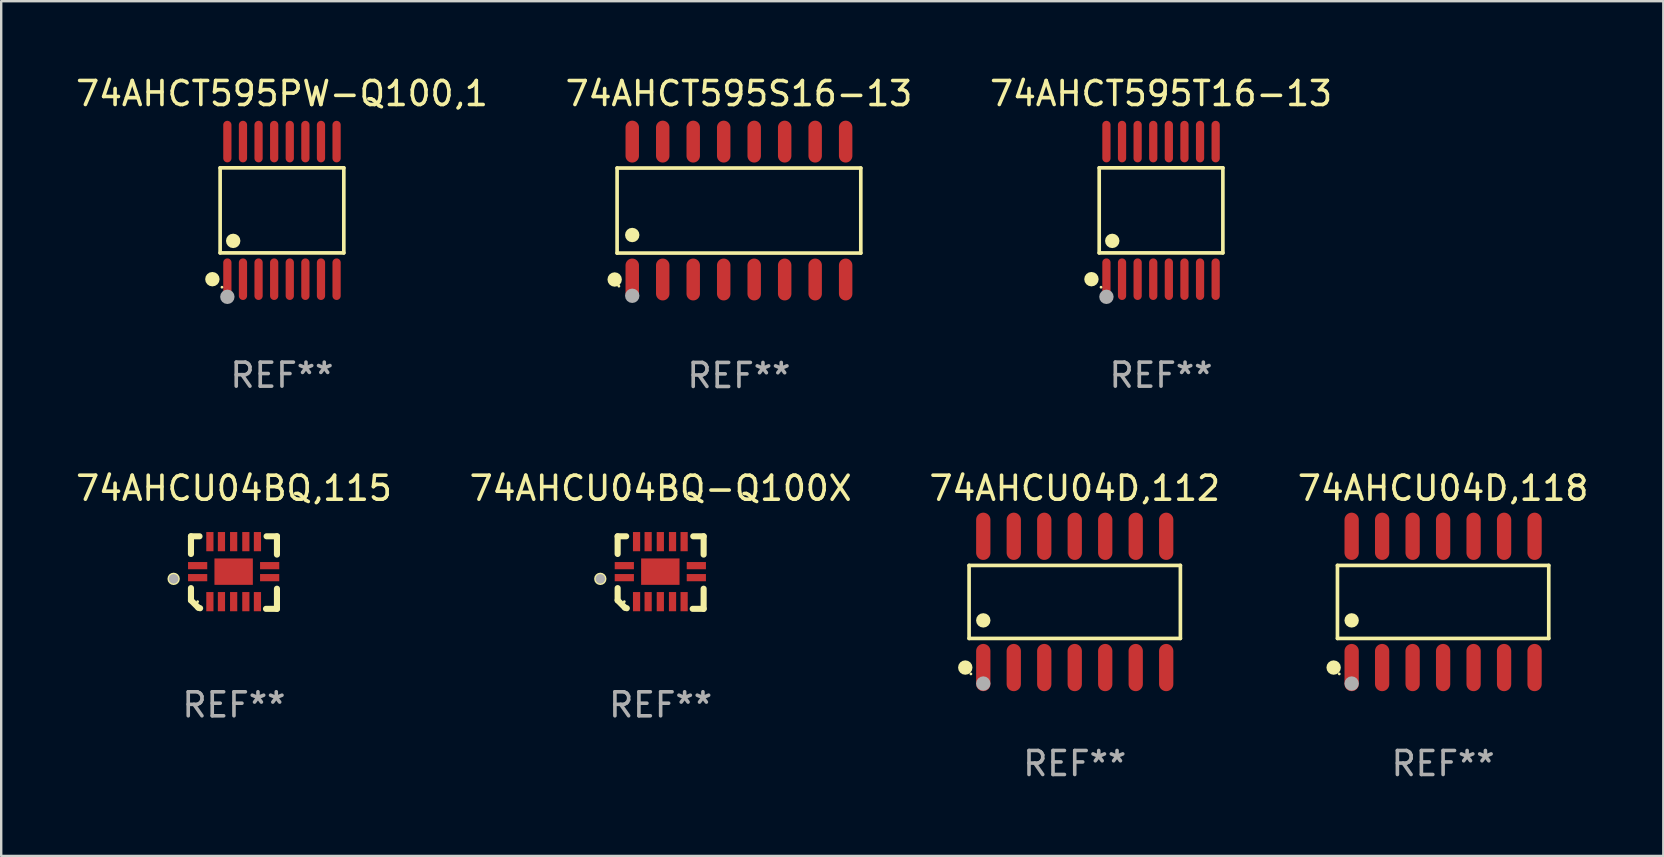
<source format=kicad_pcb>
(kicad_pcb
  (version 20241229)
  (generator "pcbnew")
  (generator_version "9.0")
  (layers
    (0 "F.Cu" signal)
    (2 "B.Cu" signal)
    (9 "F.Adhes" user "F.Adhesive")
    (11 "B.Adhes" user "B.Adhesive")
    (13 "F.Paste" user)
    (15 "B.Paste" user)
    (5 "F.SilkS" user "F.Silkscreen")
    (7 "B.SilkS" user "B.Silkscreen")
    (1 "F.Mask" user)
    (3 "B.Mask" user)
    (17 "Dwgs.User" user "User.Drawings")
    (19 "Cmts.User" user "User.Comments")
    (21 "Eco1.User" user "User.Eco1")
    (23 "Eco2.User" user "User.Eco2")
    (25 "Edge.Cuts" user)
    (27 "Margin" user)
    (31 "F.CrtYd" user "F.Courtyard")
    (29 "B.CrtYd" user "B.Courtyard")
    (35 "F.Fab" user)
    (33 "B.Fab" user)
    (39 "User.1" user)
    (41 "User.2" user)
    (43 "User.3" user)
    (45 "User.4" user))
  (footprint "74AHCU04D,112"
    (layer "F.Cu")
    (at 41.72 22.024)
    (property "Reference" "74AHCU04D,112" (at 0 -4.734 0) (layer "F.SilkS") (effects (font (size 1 1) (thickness 0.15))))
    (attr through_hole)
    (fp_line (start -4.401 -1.521) (end 4.401 -1.521) (stroke (width 0.152) (type solid)) (layer "F.SilkS"))
    (fp_line (start -4.401 1.521) (end -4.401 -1.521) (stroke (width 0.152) (type solid)) (layer "F.SilkS"))
    (fp_line (start 4.401 -1.521) (end 4.401 1.521) (stroke (width 0.152) (type solid)) (layer "F.SilkS"))
    (fp_line (start 4.401 1.521) (end -4.401 1.521) (stroke (width 0.152) (type solid)) (layer "F.SilkS"))
    (fp_circle (center -4.56 2.734) (end -4.41 2.734) (stroke (width 0.3) (type solid)) (fill no) (layer "F.SilkS"))
    (fp_circle (center -4.325 3) (end -4.295 3) (stroke (width 0.06) (type solid)) (fill no) (layer "F.SilkS"))
    (fp_circle (center -3.81 0.769) (end -3.66 0.769) (stroke (width 0.3) (type solid)) (fill no) (layer "F.SilkS"))
    (fp_circle (center -3.81 3.4) (end -3.66 3.4) (stroke (width 0.3) (type solid)) (fill no) (layer "F.Fab"))
    (fp_text user "REF**" (at 0 6.734 0) (layer "F.Fab") (effects (font (size 1 1) (thickness 0.15))))
    (pad "1" smd oval (at -3.81 2.734) (size 0.595 1.968) (layers "F.Cu" "F.Mask" "F.Paste"))
    (pad "2" smd oval (at -2.54 2.734) (size 0.595 1.968) (layers "F.Cu" "F.Mask" "F.Paste"))
    (pad "3" smd oval (at -1.27 2.734) (size 0.595 1.968) (layers "F.Cu" "F.Mask" "F.Paste"))
    (pad "4" smd oval (at 0 2.734) (size 0.595 1.968) (layers "F.Cu" "F.Mask" "F.Paste"))
    (pad "5" smd oval (at 1.27 2.734) (size 0.595 1.968) (layers "F.Cu" "F.Mask" "F.Paste"))
    (pad "6" smd oval (at 2.54 2.734) (size 0.595 1.968) (layers "F.Cu" "F.Mask" "F.Paste"))
    (pad "7" smd oval (at 3.81 2.734) (size 0.595 1.968) (layers "F.Cu" "F.Mask" "F.Paste"))
    (pad "8" smd oval (at 3.81 -2.734) (size 0.595 1.968) (layers "F.Cu" "F.Mask" "F.Paste"))
    (pad "9" smd oval (at 2.54 -2.734) (size 0.595 1.968) (layers "F.Cu" "F.Mask" "F.Paste"))
    (pad "10" smd oval (at 1.27 -2.734) (size 0.595 1.968) (layers "F.Cu" "F.Mask" "F.Paste"))
    (pad "11" smd oval (at 0 -2.734) (size 0.595 1.968) (layers "F.Cu" "F.Mask" "F.Paste"))
    (pad "12" smd oval (at -1.27 -2.734) (size 0.595 1.968) (layers "F.Cu" "F.Mask" "F.Paste"))
    (pad "13" smd oval (at -2.54 -2.734) (size 0.595 1.968) (layers "F.Cu" "F.Mask" "F.Paste"))
    (pad "14" smd oval (at -3.81 -2.734) (size 0.595 1.968) (layers "F.Cu" "F.Mask" "F.Paste")))
  (footprint "74AHCU04BQ-Q100X"
    (layer "F.Cu")
    (at 24.47 20.801)
    (property "Reference" "74AHCU04BQ-Q100X" (at 0 -3.511 0) (layer "F.SilkS") (effects (font (size 1 1) (thickness 0.15))))
    (attr through_hole)
    (fp_line (start -1.791 -1.511) (end -1.435 -1.511) (stroke (width 0.254) (type solid)) (layer "F.SilkS"))
    (fp_line (start -1.791 -0.775) (end -1.791 -1.511) (stroke (width 0.254) (type solid)) (layer "F.SilkS"))
    (fp_line (start -1.791 1.156) (end -1.791 0.648) (stroke (width 0.254) (type solid)) (layer "F.SilkS"))
    (fp_line (start -1.486 1.461) (end -1.791 1.156) (stroke (width 0.254) (type solid)) (layer "F.SilkS"))
    (fp_line (start -1.41 1.486) (end -1.486 1.461) (stroke (width 0.254) (type solid)) (layer "F.SilkS"))
    (fp_line (start 1.334 1.511) (end 1.791 1.511) (stroke (width 0.254) (type solid)) (layer "F.SilkS"))
    (fp_line (start 1.791 -1.511) (end 1.359 -1.511) (stroke (width 0.254) (type solid)) (layer "F.SilkS"))
    (fp_line (start 1.791 -0.749) (end 1.791 -1.511) (stroke (width 0.254) (type solid)) (layer "F.SilkS"))
    (fp_line (start 1.791 1.511) (end 1.791 0.673) (stroke (width 0.254) (type solid)) (layer "F.SilkS"))
    (fp_circle (center -2.513 0.262) (end -2.383 0.262) (stroke (width 0.254) (type solid)) (fill no) (layer "F.SilkS"))
    (fp_circle (center -1.513 1.212) (end -1.483 1.212) (stroke (width 0.06) (type solid)) (fill no) (layer "F.SilkS"))
    (fp_circle (center -2.513 0.262) (end -2.413 0.262) (stroke (width 0.2) (type solid)) (fill no) (layer "F.Fab"))
    (fp_text user "REF**" (at 0 5.511 0) (layer "F.Fab") (effects (font (size 1 1) (thickness 0.15))))
    (pad "1" smd rect (at -1.513 0.212) (size 0.8 0.3) (layers "F.Cu" "F.Mask" "F.Paste"))
    (pad "2" smd rect (at -1.003 1.212) (size 0.3 0.8) (layers "F.Cu" "F.Mask" "F.Paste"))
    (pad "3" smd rect (at -0.521 1.212) (size 0.3 0.8) (layers "F.Cu" "F.Mask" "F.Paste"))
    (pad "4" smd rect (at -0.013 1.212) (size 0.3 0.8) (layers "F.Cu" "F.Mask" "F.Paste"))
    (pad "5" smd rect (at 0.495 1.212) (size 0.3 0.8) (layers "F.Cu" "F.Mask" "F.Paste"))
    (pad "6" smd rect (at 0.978 1.212) (size 0.3 0.8) (layers "F.Cu" "F.Mask" "F.Paste"))
    (pad "7" smd rect (at 1.487 0.212) (size 0.8 0.3) (layers "F.Cu" "F.Mask" "F.Paste"))
    (pad "8" smd rect (at 1.487 -0.288) (size 0.8 0.3) (layers "F.Cu" "F.Mask" "F.Paste"))
    (pad "9" smd rect (at 0.978 -1.288) (size 0.3 0.8) (layers "F.Cu" "F.Mask" "F.Paste"))
    (pad "10" smd rect (at 0.495 -1.288) (size 0.3 0.8) (layers "F.Cu" "F.Mask" "F.Paste"))
    (pad "11" smd rect (at -0.013 -1.288) (size 0.3 0.8) (layers "F.Cu" "F.Mask" "F.Paste"))
    (pad "12" smd rect (at -0.521 -1.288) (size 0.3 0.8) (layers "F.Cu" "F.Mask" "F.Paste"))
    (pad "13" smd rect (at -1.003 -1.288) (size 0.3 0.8) (layers "F.Cu" "F.Mask" "F.Paste"))
    (pad "14" smd rect (at -1.513 -0.288) (size 0.8 0.3) (layers "F.Cu" "F.Mask" "F.Paste"))
    (pad "15" smd rect (at -0.013 -0.038 90) (size 1.1 1.6) (layers "F.Cu" "F.Mask" "F.Paste")))
  (footprint "74AHCT595T16-13"
    (layer "F.Cu")
    (at 45.315 5.714)
    (property "Reference" "74AHCT595T16-13" (at 0 -4.866 0) (layer "F.SilkS") (effects (font (size 1 1) (thickness 0.15))))
    (attr through_hole)
    (fp_line (start -2.576 -1.772) (end 2.576 -1.772) (stroke (width 0.152) (type solid)) (layer "F.SilkS"))
    (fp_line (start -2.576 1.771) (end -2.576 -1.772) (stroke (width 0.152) (type solid)) (layer "F.SilkS"))
    (fp_line (start 2.576 -1.772) (end 2.576 1.771) (stroke (width 0.152) (type solid)) (layer "F.SilkS"))
    (fp_line (start 2.576 1.771) (end -2.576 1.771) (stroke (width 0.152) (type solid)) (layer "F.SilkS"))
    (fp_circle (center -2.899 2.866) (end -2.749 2.866) (stroke (width 0.3) (type solid)) (fill no) (layer "F.SilkS"))
    (fp_circle (center -2.5 3.2) (end -2.47 3.2) (stroke (width 0.06) (type solid)) (fill no) (layer "F.SilkS"))
    (fp_circle (center -2.032 1.27) (end -1.882 1.27) (stroke (width 0.3) (type solid)) (fill no) (layer "F.SilkS"))
    (fp_circle (center -2.275 3.6) (end -2.125 3.6) (stroke (width 0.3) (type solid)) (fill no) (layer "F.Fab"))
    (fp_text user "REF**" (at 0 6.866 0) (layer "F.Fab") (effects (font (size 1 1) (thickness 0.15))))
    (pad "1" smd oval (at -2.275 2.866) (size 0.343 1.731) (layers "F.Cu" "F.Mask" "F.Paste"))
    (pad "2" smd oval (at -1.625 2.866) (size 0.343 1.731) (layers "F.Cu" "F.Mask" "F.Paste"))
    (pad "3" smd oval (at -0.975 2.866) (size 0.343 1.731) (layers "F.Cu" "F.Mask" "F.Paste"))
    (pad "4" smd oval (at -0.325 2.866) (size 0.343 1.731) (layers "F.Cu" "F.Mask" "F.Paste"))
    (pad "5" smd oval (at 0.325 2.866) (size 0.343 1.731) (layers "F.Cu" "F.Mask" "F.Paste"))
    (pad "6" smd oval (at 0.975 2.866) (size 0.343 1.731) (layers "F.Cu" "F.Mask" "F.Paste"))
    (pad "7" smd oval (at 1.625 2.866) (size 0.343 1.731) (layers "F.Cu" "F.Mask" "F.Paste"))
    (pad "8" smd oval (at 2.275 2.866) (size 0.343 1.731) (layers "F.Cu" "F.Mask" "F.Paste"))
    (pad "9" smd oval (at 2.275 -2.866) (size 0.343 1.731) (layers "F.Cu" "F.Mask" "F.Paste"))
    (pad "10" smd oval (at 1.625 -2.866) (size 0.343 1.731) (layers "F.Cu" "F.Mask" "F.Paste"))
    (pad "11" smd oval (at 0.975 -2.866) (size 0.343 1.731) (layers "F.Cu" "F.Mask" "F.Paste"))
    (pad "12" smd oval (at 0.325 -2.866) (size 0.343 1.731) (layers "F.Cu" "F.Mask" "F.Paste"))
    (pad "13" smd oval (at -0.325 -2.866) (size 0.343 1.731) (layers "F.Cu" "F.Mask" "F.Paste"))
    (pad "14" smd oval (at -0.975 -2.866) (size 0.343 1.731) (layers "F.Cu" "F.Mask" "F.Paste"))
    (pad "15" smd oval (at -1.625 -2.866) (size 0.343 1.731) (layers "F.Cu" "F.Mask" "F.Paste"))
    (pad "16" smd oval (at -2.275 -2.866) (size 0.343 1.731) (layers "F.Cu" "F.Mask" "F.Paste")))
  (footprint "74AHCU04D,118"
    (layer "F.Cu")
    (at 57.065 22.024)
    (property "Reference" "74AHCU04D,118" (at 0 -4.734 0) (layer "F.SilkS") (effects (font (size 1 1) (thickness 0.15))))
    (attr through_hole)
    (fp_line (start -4.401 -1.521) (end 4.401 -1.521) (stroke (width 0.152) (type solid)) (layer "F.SilkS"))
    (fp_line (start -4.401 1.521) (end -4.401 -1.521) (stroke (width 0.152) (type solid)) (layer "F.SilkS"))
    (fp_line (start 4.401 -1.521) (end 4.401 1.521) (stroke (width 0.152) (type solid)) (layer "F.SilkS"))
    (fp_line (start 4.401 1.521) (end -4.401 1.521) (stroke (width 0.152) (type solid)) (layer "F.SilkS"))
    (fp_circle (center -4.56 2.734) (end -4.41 2.734) (stroke (width 0.3) (type solid)) (fill no) (layer "F.SilkS"))
    (fp_circle (center -4.325 3) (end -4.295 3) (stroke (width 0.06) (type solid)) (fill no) (layer "F.SilkS"))
    (fp_circle (center -3.81 0.769) (end -3.66 0.769) (stroke (width 0.3) (type solid)) (fill no) (layer "F.SilkS"))
    (fp_circle (center -3.81 3.4) (end -3.66 3.4) (stroke (width 0.3) (type solid)) (fill no) (layer "F.Fab"))
    (fp_text user "REF**" (at 0 6.734 0) (layer "F.Fab") (effects (font (size 1 1) (thickness 0.15))))
    (pad "1" smd oval (at -3.81 2.734) (size 0.595 1.968) (layers "F.Cu" "F.Mask" "F.Paste"))
    (pad "2" smd oval (at -2.54 2.734) (size 0.595 1.968) (layers "F.Cu" "F.Mask" "F.Paste"))
    (pad "3" smd oval (at -1.27 2.734) (size 0.595 1.968) (layers "F.Cu" "F.Mask" "F.Paste"))
    (pad "4" smd oval (at 0 2.734) (size 0.595 1.968) (layers "F.Cu" "F.Mask" "F.Paste"))
    (pad "5" smd oval (at 1.27 2.734) (size 0.595 1.968) (layers "F.Cu" "F.Mask" "F.Paste"))
    (pad "6" smd oval (at 2.54 2.734) (size 0.595 1.968) (layers "F.Cu" "F.Mask" "F.Paste"))
    (pad "7" smd oval (at 3.81 2.734) (size 0.595 1.968) (layers "F.Cu" "F.Mask" "F.Paste"))
    (pad "8" smd oval (at 3.81 -2.734) (size 0.595 1.968) (layers "F.Cu" "F.Mask" "F.Paste"))
    (pad "9" smd oval (at 2.54 -2.734) (size 0.595 1.968) (layers "F.Cu" "F.Mask" "F.Paste"))
    (pad "10" smd oval (at 1.27 -2.734) (size 0.595 1.968) (layers "F.Cu" "F.Mask" "F.Paste"))
    (pad "11" smd oval (at 0 -2.734) (size 0.595 1.968) (layers "F.Cu" "F.Mask" "F.Paste"))
    (pad "12" smd oval (at -1.27 -2.734) (size 0.595 1.968) (layers "F.Cu" "F.Mask" "F.Paste"))
    (pad "13" smd oval (at -2.54 -2.734) (size 0.595 1.968) (layers "F.Cu" "F.Mask" "F.Paste"))
    (pad "14" smd oval (at -3.81 -2.734) (size 0.595 1.968) (layers "F.Cu" "F.Mask" "F.Paste")))
  (footprint "74AHCT595S16-13"
    (layer "F.Cu")
    (at 27.732 5.721)
    (property "Reference" "74AHCT595S16-13" (at 0 -4.872 0) (layer "F.SilkS") (effects (font (size 1 1) (thickness 0.15))))
    (attr through_hole)
    (fp_line (start -5.076 -1.771) (end 5.076 -1.771) (stroke (width 0.152) (type solid)) (layer "F.SilkS"))
    (fp_line (start -5.076 1.771) (end -5.076 -1.771) (stroke (width 0.152) (type solid)) (layer "F.SilkS"))
    (fp_line (start 5.076 -1.771) (end 5.076 1.771) (stroke (width 0.152) (type solid)) (layer "F.SilkS"))
    (fp_line (start 5.076 1.771) (end -5.076 1.771) (stroke (width 0.152) (type solid)) (layer "F.SilkS"))
    (fp_circle (center -5.177 2.872) (end -5.027 2.872) (stroke (width 0.3) (type solid)) (fill no) (layer "F.SilkS"))
    (fp_circle (center -5 3.15) (end -4.97 3.15) (stroke (width 0.06) (type solid)) (fill no) (layer "F.SilkS"))
    (fp_circle (center -4.445 1.019) (end -4.295 1.019) (stroke (width 0.3) (type solid)) (fill no) (layer "F.SilkS"))
    (fp_circle (center -4.445 3.55) (end -4.295 3.55) (stroke (width 0.3) (type solid)) (fill no) (layer "F.Fab"))
    (fp_text user "REF**" (at 0 6.872 0) (layer "F.Fab") (effects (font (size 1 1) (thickness 0.15))))
    (pad "1" smd oval (at -4.445 2.872) (size 0.56 1.745) (layers "F.Cu" "F.Mask" "F.Paste"))
    (pad "2" smd oval (at -3.175 2.872) (size 0.56 1.745) (layers "F.Cu" "F.Mask" "F.Paste"))
    (pad "3" smd oval (at -1.905 2.872) (size 0.56 1.745) (layers "F.Cu" "F.Mask" "F.Paste"))
    (pad "4" smd oval (at -0.635 2.872) (size 0.56 1.745) (layers "F.Cu" "F.Mask" "F.Paste"))
    (pad "5" smd oval (at 0.635 2.872) (size 0.56 1.745) (layers "F.Cu" "F.Mask" "F.Paste"))
    (pad "6" smd oval (at 1.905 2.872) (size 0.56 1.745) (layers "F.Cu" "F.Mask" "F.Paste"))
    (pad "7" smd oval (at 3.175 2.872) (size 0.56 1.745) (layers "F.Cu" "F.Mask" "F.Paste"))
    (pad "8" smd oval (at 4.445 2.872) (size 0.56 1.745) (layers "F.Cu" "F.Mask" "F.Paste"))
    (pad "9" smd oval (at 4.445 -2.872) (size 0.56 1.745) (layers "F.Cu" "F.Mask" "F.Paste"))
    (pad "10" smd oval (at 3.175 -2.872) (size 0.56 1.745) (layers "F.Cu" "F.Mask" "F.Paste"))
    (pad "11" smd oval (at 1.905 -2.872) (size 0.56 1.745) (layers "F.Cu" "F.Mask" "F.Paste"))
    (pad "12" smd oval (at 0.635 -2.872) (size 0.56 1.745) (layers "F.Cu" "F.Mask" "F.Paste"))
    (pad "13" smd oval (at -0.635 -2.872) (size 0.56 1.745) (layers "F.Cu" "F.Mask" "F.Paste"))
    (pad "14" smd oval (at -1.905 -2.872) (size 0.56 1.745) (layers "F.Cu" "F.Mask" "F.Paste"))
    (pad "15" smd oval (at -3.175 -2.872) (size 0.56 1.745) (layers "F.Cu" "F.Mask" "F.Paste"))
    (pad "16" smd oval (at -4.445 -2.872) (size 0.56 1.745) (layers "F.Cu" "F.Mask" "F.Paste")))
  (footprint "74AHCT595PW-Q100,1"
    (layer "F.Cu")
    (at 8.696 5.714)
    (property "Reference" "74AHCT595PW-Q100,1" (at 0 -4.866 0) (layer "F.SilkS") (effects (font (size 1 1) (thickness 0.15))))
    (attr through_hole)
    (fp_line (start -2.576 -1.772) (end 2.576 -1.772) (stroke (width 0.152) (type solid)) (layer "F.SilkS"))
    (fp_line (start -2.576 1.771) (end -2.576 -1.772) (stroke (width 0.152) (type solid)) (layer "F.SilkS"))
    (fp_line (start 2.576 -1.772) (end 2.576 1.771) (stroke (width 0.152) (type solid)) (layer "F.SilkS"))
    (fp_line (start 2.576 1.771) (end -2.576 1.771) (stroke (width 0.152) (type solid)) (layer "F.SilkS"))
    (fp_circle (center -2.899 2.866) (end -2.749 2.866) (stroke (width 0.3) (type solid)) (fill no) (layer "F.SilkS"))
    (fp_circle (center -2.5 3.2) (end -2.47 3.2) (stroke (width 0.06) (type solid)) (fill no) (layer "F.SilkS"))
    (fp_circle (center -2.032 1.27) (end -1.882 1.27) (stroke (width 0.3) (type solid)) (fill no) (layer "F.SilkS"))
    (fp_circle (center -2.275 3.6) (end -2.125 3.6) (stroke (width 0.3) (type solid)) (fill no) (layer "F.Fab"))
    (fp_text user "REF**" (at 0 6.866 0) (layer "F.Fab") (effects (font (size 1 1) (thickness 0.15))))
    (pad "1" smd oval (at -2.275 2.866) (size 0.343 1.731) (layers "F.Cu" "F.Mask" "F.Paste"))
    (pad "2" smd oval (at -1.625 2.866) (size 0.343 1.731) (layers "F.Cu" "F.Mask" "F.Paste"))
    (pad "3" smd oval (at -0.975 2.866) (size 0.343 1.731) (layers "F.Cu" "F.Mask" "F.Paste"))
    (pad "4" smd oval (at -0.325 2.866) (size 0.343 1.731) (layers "F.Cu" "F.Mask" "F.Paste"))
    (pad "5" smd oval (at 0.325 2.866) (size 0.343 1.731) (layers "F.Cu" "F.Mask" "F.Paste"))
    (pad "6" smd oval (at 0.975 2.866) (size 0.343 1.731) (layers "F.Cu" "F.Mask" "F.Paste"))
    (pad "7" smd oval (at 1.625 2.866) (size 0.343 1.731) (layers "F.Cu" "F.Mask" "F.Paste"))
    (pad "8" smd oval (at 2.275 2.866) (size 0.343 1.731) (layers "F.Cu" "F.Mask" "F.Paste"))
    (pad "9" smd oval (at 2.275 -2.866) (size 0.343 1.731) (layers "F.Cu" "F.Mask" "F.Paste"))
    (pad "10" smd oval (at 1.625 -2.866) (size 0.343 1.731) (layers "F.Cu" "F.Mask" "F.Paste"))
    (pad "11" smd oval (at 0.975 -2.866) (size 0.343 1.731) (layers "F.Cu" "F.Mask" "F.Paste"))
    (pad "12" smd oval (at 0.325 -2.866) (size 0.343 1.731) (layers "F.Cu" "F.Mask" "F.Paste"))
    (pad "13" smd oval (at -0.325 -2.866) (size 0.343 1.731) (layers "F.Cu" "F.Mask" "F.Paste"))
    (pad "14" smd oval (at -0.975 -2.866) (size 0.343 1.731) (layers "F.Cu" "F.Mask" "F.Paste"))
    (pad "15" smd oval (at -1.625 -2.866) (size 0.343 1.731) (layers "F.Cu" "F.Mask" "F.Paste"))
    (pad "16" smd oval (at -2.275 -2.866) (size 0.343 1.731) (layers "F.Cu" "F.Mask" "F.Paste")))
  (footprint "74AHCU04BQ,115"
    (layer "F.Cu")
    (at 6.696 20.801)
    (property "Reference" "74AHCU04BQ,115" (at 0 -3.511 0) (layer "F.SilkS") (effects (font (size 1 1) (thickness 0.15))))
    (attr through_hole)
    (fp_line (start -1.791 -1.511) (end -1.435 -1.511) (stroke (width 0.254) (type solid)) (layer "F.SilkS"))
    (fp_line (start -1.791 -0.775) (end -1.791 -1.511) (stroke (width 0.254) (type solid)) (layer "F.SilkS"))
    (fp_line (start -1.791 1.156) (end -1.791 0.648) (stroke (width 0.254) (type solid)) (layer "F.SilkS"))
    (fp_line (start -1.486 1.461) (end -1.791 1.156) (stroke (width 0.254) (type solid)) (layer "F.SilkS"))
    (fp_line (start -1.41 1.486) (end -1.486 1.461) (stroke (width 0.254) (type solid)) (layer "F.SilkS"))
    (fp_line (start 1.334 1.511) (end 1.791 1.511) (stroke (width 0.254) (type solid)) (layer "F.SilkS"))
    (fp_line (start 1.791 -1.511) (end 1.359 -1.511) (stroke (width 0.254) (type solid)) (layer "F.SilkS"))
    (fp_line (start 1.791 -0.749) (end 1.791 -1.511) (stroke (width 0.254) (type solid)) (layer "F.SilkS"))
    (fp_line (start 1.791 1.511) (end 1.791 0.673) (stroke (width 0.254) (type solid)) (layer "F.SilkS"))
    (fp_circle (center -2.513 0.262) (end -2.383 0.262) (stroke (width 0.254) (type solid)) (fill no) (layer "F.SilkS"))
    (fp_circle (center -1.513 1.212) (end -1.483 1.212) (stroke (width 0.06) (type solid)) (fill no) (layer "F.SilkS"))
    (fp_circle (center -2.513 0.262) (end -2.413 0.262) (stroke (width 0.2) (type solid)) (fill no) (layer "F.Fab"))
    (fp_text user "REF**" (at 0 5.511 0) (layer "F.Fab") (effects (font (size 1 1) (thickness 0.15))))
    (pad "1" smd rect (at -1.513 0.212) (size 0.8 0.3) (layers "F.Cu" "F.Mask" "F.Paste"))
    (pad "2" smd rect (at -1.003 1.212) (size 0.3 0.8) (layers "F.Cu" "F.Mask" "F.Paste"))
    (pad "3" smd rect (at -0.521 1.212) (size 0.3 0.8) (layers "F.Cu" "F.Mask" "F.Paste"))
    (pad "4" smd rect (at -0.013 1.212) (size 0.3 0.8) (layers "F.Cu" "F.Mask" "F.Paste"))
    (pad "5" smd rect (at 0.495 1.212) (size 0.3 0.8) (layers "F.Cu" "F.Mask" "F.Paste"))
    (pad "6" smd rect (at 0.978 1.212) (size 0.3 0.8) (layers "F.Cu" "F.Mask" "F.Paste"))
    (pad "7" smd rect (at 1.487 0.212) (size 0.8 0.3) (layers "F.Cu" "F.Mask" "F.Paste"))
    (pad "8" smd rect (at 1.487 -0.288) (size 0.8 0.3) (layers "F.Cu" "F.Mask" "F.Paste"))
    (pad "9" smd rect (at 0.978 -1.288) (size 0.3 0.8) (layers "F.Cu" "F.Mask" "F.Paste"))
    (pad "10" smd rect (at 0.495 -1.288) (size 0.3 0.8) (layers "F.Cu" "F.Mask" "F.Paste"))
    (pad "11" smd rect (at -0.013 -1.288) (size 0.3 0.8) (layers "F.Cu" "F.Mask" "F.Paste"))
    (pad "12" smd rect (at -0.521 -1.288) (size 0.3 0.8) (layers "F.Cu" "F.Mask" "F.Paste"))
    (pad "13" smd rect (at -1.003 -1.288) (size 0.3 0.8) (layers "F.Cu" "F.Mask" "F.Paste"))
    (pad "14" smd rect (at -1.513 -0.288) (size 0.8 0.3) (layers "F.Cu" "F.Mask" "F.Paste"))
    (pad "15" smd rect (at -0.013 -0.038 90) (size 1.1 1.6) (layers "F.Cu" "F.Mask" "F.Paste")))
  (gr_rect
    (start -3 -3)
    (end 66.238 32.606)
    (stroke (width 0.1) (type default))
    (fill no)
    (layer "Edge.Cuts")))
</source>
